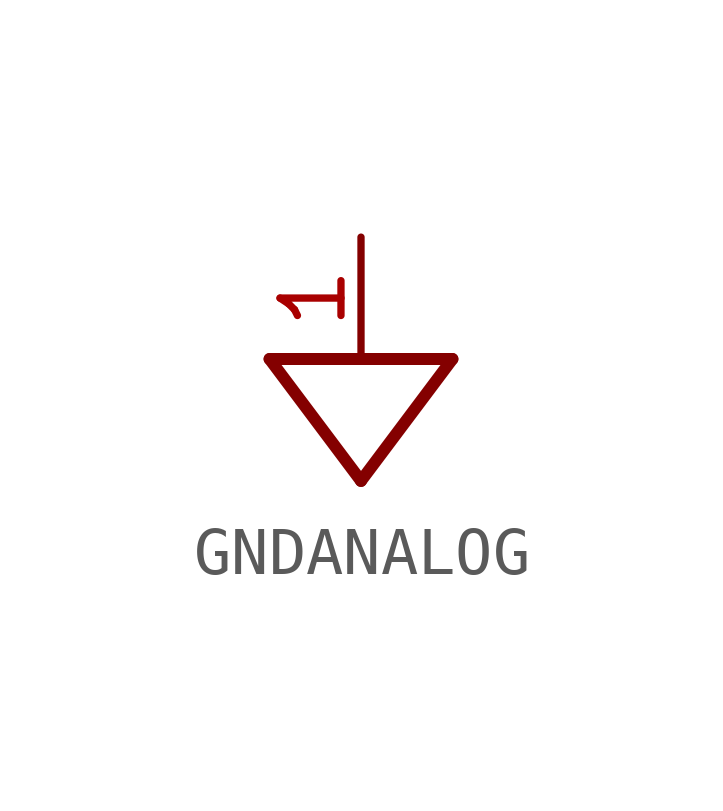
<source format=kicad_sym>
(kicad_symbol_lib
  (version 20231120)
  (generator "kicad_symbol_editor")
  (generator_version "8.0")
  (symbol "GNDANALOG"
    (power)
    (property "Reference" "#NetPort"
      (at 0 0 0)
      (effects (font (size 1.27 1.27)) (hide yes)))
    (property "ki_locked" ""
      (at 0 0 0)
      (effects (font (size 1.27 1.27))))
    (symbol "GNDANALOG_1_0"
      (polyline (pts (xy -1.905 1.27) (xy 0 -1.27)) (stroke (width 0.25) (type solid)) (fill (type none)))
      (polyline (pts (xy 0 -1.27) (xy 1.905 1.27)) (stroke (width 0.25) (type solid)) (fill (type none)))
      (polyline (pts (xy 1.905 1.27) (xy -1.905 1.27)) (stroke (width 0.25) (type solid)) (fill (type none)))
      (pin power_in line (at 0 3.81 270) (length 2.54) (name "GNDA" (effects (font (size 0 0)))) (number "1" (effects (font (size 1.27 1.27))))))))
</source>
